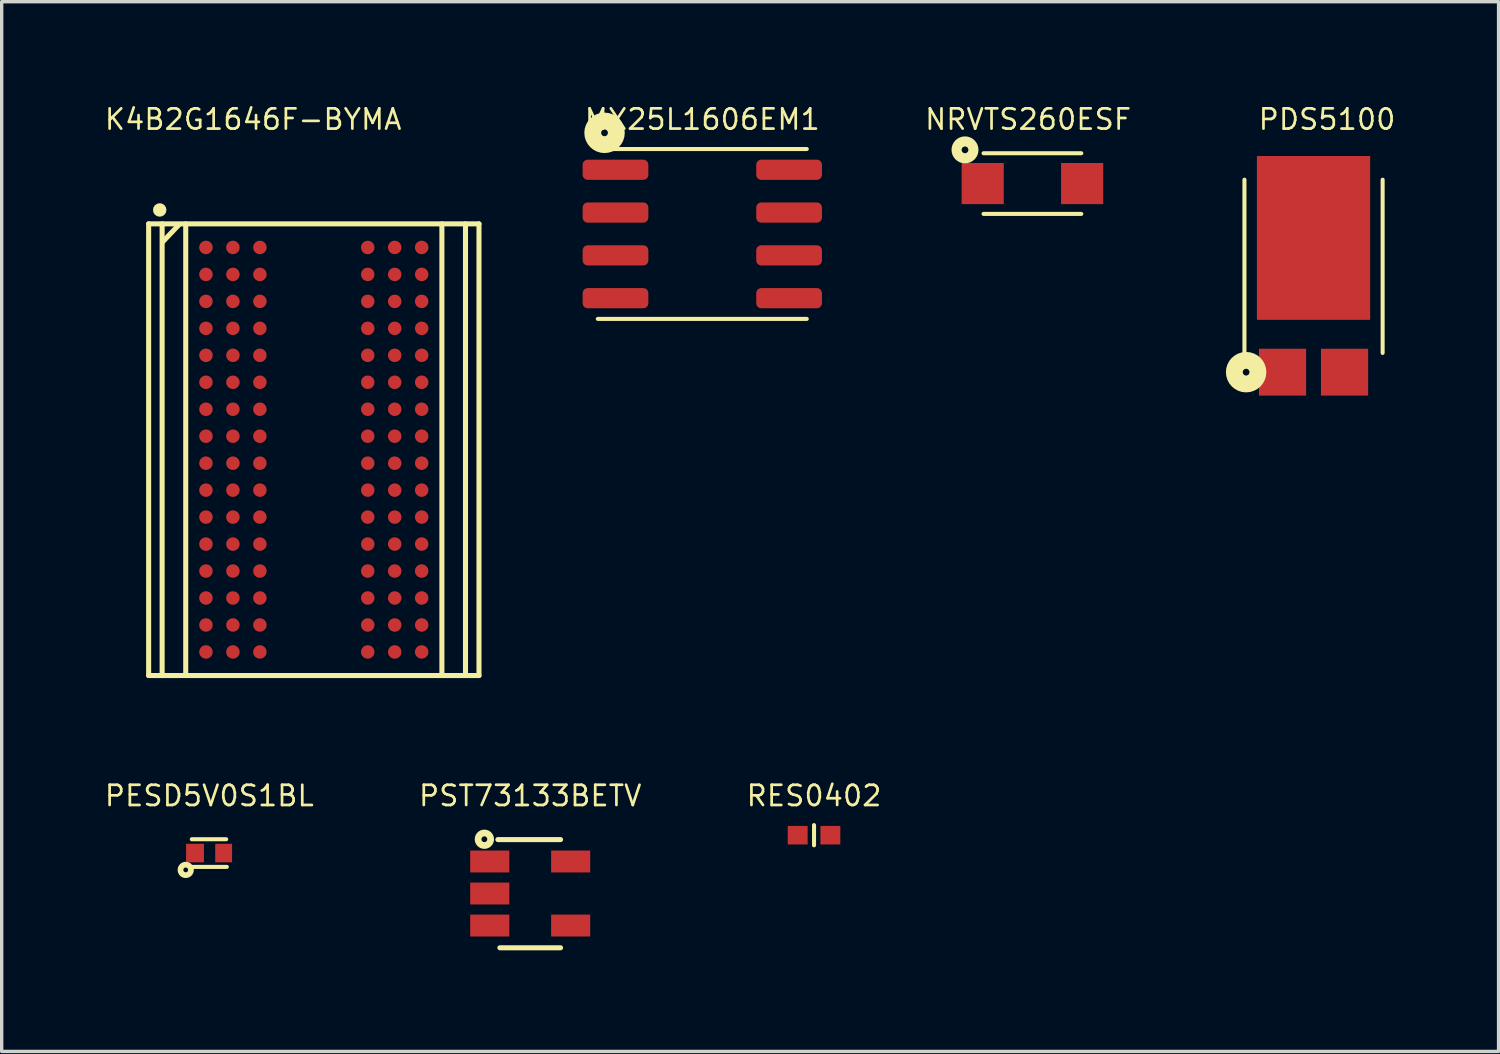
<source format=kicad_pcb>
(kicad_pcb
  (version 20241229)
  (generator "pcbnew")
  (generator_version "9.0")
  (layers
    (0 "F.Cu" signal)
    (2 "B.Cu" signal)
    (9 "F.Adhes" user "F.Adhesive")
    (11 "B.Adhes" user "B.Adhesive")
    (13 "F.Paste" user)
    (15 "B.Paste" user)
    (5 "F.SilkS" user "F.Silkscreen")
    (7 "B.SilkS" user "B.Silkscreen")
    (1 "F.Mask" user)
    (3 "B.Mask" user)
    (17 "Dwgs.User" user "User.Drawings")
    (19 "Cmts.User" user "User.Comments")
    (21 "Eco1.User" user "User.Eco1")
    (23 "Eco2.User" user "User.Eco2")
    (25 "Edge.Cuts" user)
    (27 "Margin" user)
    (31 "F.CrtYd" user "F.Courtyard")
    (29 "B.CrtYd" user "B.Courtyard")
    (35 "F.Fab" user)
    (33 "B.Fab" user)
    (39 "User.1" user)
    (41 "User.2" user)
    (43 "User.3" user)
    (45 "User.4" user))
  (footprint "RES0402"
    (layer "F.Cu")
    (at 21.1 21.728)
    (property "Reference" "RES0402" (at 0 -1.17 0) (layer "F.SilkS") (effects (font (size 0.6 0.6) (thickness 0.08))))
    (attr smd)
    (fp_line (start 0 -0.3) (end 0 0.3) (stroke (width 0.12) (type solid)) (layer "F.SilkS"))
    (pad "1" smd rect (at -0.485 0) (size 0.59 0.55) (layers "F.Cu" "F.Mask" "F.Paste"))
    (pad "2" smd rect (at 0.485 0) (size 0.59 0.55) (layers "F.Cu" "F.Mask" "F.Paste")))
  (footprint "PESD5V0S1BL"
    (layer "F.Cu")
    (at 3.16 22.258)
    (property "Reference" "PESD5V0S1BL" (at 0 -1.7 0) (layer "F.SilkS") (effects (font (size 0.6 0.6) (thickness 0.08))))
    (attr through_hole)
    (fp_line (start -0.52 -0.41) (end 0.5 -0.41) (stroke (width 0.12) (type solid)) (layer "F.SilkS"))
    (fp_line (start 0.52 0.41) (end -0.5 0.41) (stroke (width 0.12) (type solid)) (layer "F.SilkS"))
    (fp_circle (center -0.7 0.5) (end -0.63 0.51) (stroke (width 0.17) (type solid)) (fill no) (layer "F.SilkS"))
    (pad "1" smd rect (at -0.425 0) (size 0.53 0.55) (layers "F.Cu" "F.Mask" "F.Paste"))
    (pad "2" smd rect (at 0.425 0) (size 0.5 0.55) (layers "F.Cu" "F.Mask" "F.Paste")))
  (footprint "K4B2G1646F-BYMA"
    (layer "F.Cu")
    (at 6.26 10.291)
    (property "Reference" "K4B2G1646F-BYMA" (at -1.8 -9.8 0) (layer "F.SilkS") (effects (font (size 0.6 0.6) (thickness 0.08))))
    (attr through_hole)
    (fp_line (start -4.9 -6.7) (end 4.9 -6.7) (stroke (width 0.15) (type solid)) (layer "F.SilkS"))
    (fp_line (start -4.9 6.7) (end -4.9 -6.7) (stroke (width 0.15) (type solid)) (layer "F.SilkS"))
    (fp_line (start -4.5 6.7) (end -4.5 -6.7) (stroke (width 0.15) (type solid)) (layer "F.SilkS"))
    (fp_line (start -4.475 -6.175) (end -4 -6.675) (stroke (width 0.15) (type solid)) (layer "F.SilkS"))
    (fp_line (start -3.8 6.7) (end -3.8 -6.7) (stroke (width 0.15) (type solid)) (layer "F.SilkS"))
    (fp_line (start 3.8 -6.7) (end 3.8 6.7) (stroke (width 0.15) (type solid)) (layer "F.SilkS"))
    (fp_line (start 4.5 -6.7) (end 4.5 6.7) (stroke (width 0.15) (type solid)) (layer "F.SilkS"))
    (fp_line (start 4.9 -6.7) (end 4.9 6.7) (stroke (width 0.15) (type solid)) (layer "F.SilkS"))
    (fp_line (start 4.9 6.7) (end -4.9 6.7) (stroke (width 0.15) (type solid)) (layer "F.SilkS"))
    (fp_circle (center -4.572 -7.112) (end -4.472 -7.112) (stroke (width 0.2) (type solid)) (fill no) (layer "F.SilkS"))
    (pad "A1" smd circle (at -3.2 -6) (size 0.4 0.4) (layers "F.Cu" "F.Mask" "F.Paste"))
    (pad "A2" smd circle (at -2.4 -6) (size 0.4 0.4) (layers "F.Cu" "F.Mask" "F.Paste"))
    (pad "A3" smd circle (at -1.6 -6) (size 0.4 0.4) (layers "F.Cu" "F.Mask" "F.Paste"))
    (pad "A7" smd circle (at 1.6 -6 180) (size 0.4 0.4) (layers "F.Cu" "F.Mask" "F.Paste"))
    (pad "A8" smd circle (at 2.4 -6 180) (size 0.4 0.4) (layers "F.Cu" "F.Mask" "F.Paste"))
    (pad "A9" smd circle (at 3.2 -6 180) (size 0.4 0.4) (layers "F.Cu" "F.Mask" "F.Paste"))
    (pad "B1" smd circle (at -3.2 -5.2) (size 0.4 0.4) (layers "F.Cu" "F.Mask" "F.Paste"))
    (pad "B2" smd circle (at -2.4 -5.2) (size 0.4 0.4) (layers "F.Cu" "F.Mask" "F.Paste"))
    (pad "B3" smd circle (at -1.6 -5.2) (size 0.4 0.4) (layers "F.Cu" "F.Mask" "F.Paste"))
    (pad "B7" smd circle (at 1.6 -5.2 180) (size 0.4 0.4) (layers "F.Cu" "F.Mask" "F.Paste"))
    (pad "B8" smd circle (at 2.4 -5.2 180) (size 0.4 0.4) (layers "F.Cu" "F.Mask" "F.Paste"))
    (pad "B9" smd circle (at 3.2 -5.2 180) (size 0.4 0.4) (layers "F.Cu" "F.Mask" "F.Paste"))
    (pad "C1" smd circle (at -3.2 -4.4) (size 0.4 0.4) (layers "F.Cu" "F.Mask" "F.Paste"))
    (pad "C2" smd circle (at -2.4 -4.4) (size 0.4 0.4) (layers "F.Cu" "F.Mask" "F.Paste"))
    (pad "C3" smd circle (at -1.6 -4.4) (size 0.4 0.4) (layers "F.Cu" "F.Mask" "F.Paste"))
    (pad "C7" smd circle (at 1.6 -4.4 180) (size 0.4 0.4) (layers "F.Cu" "F.Mask" "F.Paste"))
    (pad "C8" smd circle (at 2.4 -4.4 180) (size 0.4 0.4) (layers "F.Cu" "F.Mask" "F.Paste"))
    (pad "C9" smd circle (at 3.2 -4.4 180) (size 0.4 0.4) (layers "F.Cu" "F.Mask" "F.Paste"))
    (pad "D1" smd circle (at -3.2 -3.6) (size 0.4 0.4) (layers "F.Cu" "F.Mask" "F.Paste"))
    (pad "D2" smd circle (at -2.4 -3.6) (size 0.4 0.4) (layers "F.Cu" "F.Mask" "F.Paste"))
    (pad "D3" smd circle (at -1.6 -3.6) (size 0.4 0.4) (layers "F.Cu" "F.Mask" "F.Paste"))
    (pad "D7" smd circle (at 1.6 -3.6 180) (size 0.4 0.4) (layers "F.Cu" "F.Mask" "F.Paste"))
    (pad "D8" smd circle (at 2.4 -3.6 180) (size 0.4 0.4) (layers "F.Cu" "F.Mask" "F.Paste"))
    (pad "D9" smd circle (at 3.2 -3.6 180) (size 0.4 0.4) (layers "F.Cu" "F.Mask" "F.Paste"))
    (pad "E1" smd circle (at -3.2 -2.8) (size 0.4 0.4) (layers "F.Cu" "F.Mask" "F.Paste"))
    (pad "E2" smd circle (at -2.4 -2.8) (size 0.4 0.4) (layers "F.Cu" "F.Mask" "F.Paste"))
    (pad "E3" smd circle (at -1.6 -2.8) (size 0.4 0.4) (layers "F.Cu" "F.Mask" "F.Paste"))
    (pad "E7" smd circle (at 1.6 -2.8 270) (size 0.4 0.4) (layers "F.Cu" "F.Mask" "F.Paste"))
    (pad "E8" smd circle (at 2.4 -2.8 180) (size 0.4 0.4) (layers "F.Cu" "F.Mask" "F.Paste"))
    (pad "E9" smd circle (at 3.2 -2.8 180) (size 0.4 0.4) (layers "F.Cu" "F.Mask" "F.Paste"))
    (pad "F1" smd circle (at -3.2 -2) (size 0.4 0.4) (layers "F.Cu" "F.Mask" "F.Paste"))
    (pad "F2" smd circle (at -2.4 -2) (size 0.4 0.4) (layers "F.Cu" "F.Mask" "F.Paste"))
    (pad "F3" smd circle (at -1.6 -2) (size 0.4 0.4) (layers "F.Cu" "F.Mask" "F.Paste"))
    (pad "F7" smd circle (at 1.6 -2 180) (size 0.4 0.4) (layers "F.Cu" "F.Mask" "F.Paste"))
    (pad "F8" smd circle (at 2.4 -2 180) (size 0.4 0.4) (layers "F.Cu" "F.Mask" "F.Paste"))
    (pad "F9" smd circle (at 3.2 -2 180) (size 0.4 0.4) (layers "F.Cu" "F.Mask" "F.Paste"))
    (pad "G1" smd circle (at -3.2 -1.2) (size 0.4 0.4) (layers "F.Cu" "F.Mask" "F.Paste"))
    (pad "G2" smd circle (at -2.4 -1.2) (size 0.4 0.4) (layers "F.Cu" "F.Mask" "F.Paste"))
    (pad "G3" smd circle (at -1.6 -1.2) (size 0.4 0.4) (layers "F.Cu" "F.Mask" "F.Paste"))
    (pad "G7" smd circle (at 1.6 -1.2 180) (size 0.4 0.4) (layers "F.Cu" "F.Mask" "F.Paste"))
    (pad "G8" smd circle (at 2.4 -1.2 180) (size 0.4 0.4) (layers "F.Cu" "F.Mask" "F.Paste"))
    (pad "G9" smd circle (at 3.2 -1.2 180) (size 0.4 0.4) (layers "F.Cu" "F.Mask" "F.Paste"))
    (pad "H1" smd circle (at -3.2 -0.4) (size 0.4 0.4) (layers "F.Cu" "F.Mask" "F.Paste"))
    (pad "H2" smd circle (at -2.4 -0.4) (size 0.4 0.4) (layers "F.Cu" "F.Mask" "F.Paste"))
    (pad "H3" smd circle (at -1.6 -0.4) (size 0.4 0.4) (layers "F.Cu" "F.Mask" "F.Paste"))
    (pad "H7" smd circle (at 1.6 -0.4 180) (size 0.4 0.4) (layers "F.Cu" "F.Mask" "F.Paste"))
    (pad "H8" smd circle (at 2.4 -0.4 180) (size 0.4 0.4) (layers "F.Cu" "F.Mask" "F.Paste"))
    (pad "H9" smd circle (at 3.2 -0.4 180) (size 0.4 0.4) (layers "F.Cu" "F.Mask" "F.Paste"))
    (pad "J1" smd circle (at -3.2 0.4) (size 0.4 0.4) (layers "F.Cu" "F.Mask" "F.Paste"))
    (pad "J2" smd circle (at -2.4 0.4) (size 0.4 0.4) (layers "F.Cu" "F.Mask" "F.Paste"))
    (pad "J3" smd circle (at -1.6 0.4) (size 0.4 0.4) (layers "F.Cu" "F.Mask" "F.Paste"))
    (pad "J7" smd circle (at 1.6 0.4 180) (size 0.4 0.4) (layers "F.Cu" "F.Mask" "F.Paste"))
    (pad "J8" smd circle (at 2.4 0.4 180) (size 0.4 0.4) (layers "F.Cu" "F.Mask" "F.Paste"))
    (pad "J9" smd circle (at 3.2 0.4 180) (size 0.4 0.4) (layers "F.Cu" "F.Mask" "F.Paste"))
    (pad "K1" smd circle (at -3.2 1.2) (size 0.4 0.4) (layers "F.Cu" "F.Mask" "F.Paste"))
    (pad "K2" smd circle (at -2.4 1.2) (size 0.4 0.4) (layers "F.Cu" "F.Mask" "F.Paste"))
    (pad "K3" smd circle (at -1.6 1.2) (size 0.4 0.4) (layers "F.Cu" "F.Mask" "F.Paste"))
    (pad "K7" smd circle (at 1.6 1.2 180) (size 0.4 0.4) (layers "F.Cu" "F.Mask" "F.Paste"))
    (pad "K8" smd circle (at 2.4 1.2 180) (size 0.4 0.4) (layers "F.Cu" "F.Mask" "F.Paste"))
    (pad "K9" smd circle (at 3.2 1.2 180) (size 0.4 0.4) (layers "F.Cu" "F.Mask" "F.Paste"))
    (pad "L1" smd circle (at -3.2 2) (size 0.4 0.4) (layers "F.Cu" "F.Mask" "F.Paste"))
    (pad "L2" smd circle (at -2.4 2) (size 0.4 0.4) (layers "F.Cu" "F.Mask" "F.Paste"))
    (pad "L3" smd circle (at -1.6 2) (size 0.4 0.4) (layers "F.Cu" "F.Mask" "F.Paste"))
    (pad "L7" smd circle (at 1.6 2 180) (size 0.4 0.4) (layers "F.Cu" "F.Mask" "F.Paste"))
    (pad "L8" smd circle (at 2.4 2 180) (size 0.4 0.4) (layers "F.Cu" "F.Mask" "F.Paste"))
    (pad "L9" smd circle (at 3.2 2 180) (size 0.4 0.4) (layers "F.Cu" "F.Mask" "F.Paste"))
    (pad "M1" smd circle (at -3.2 2.8) (size 0.4 0.4) (layers "F.Cu" "F.Mask" "F.Paste"))
    (pad "M2" smd circle (at -2.4 2.8) (size 0.4 0.4) (layers "F.Cu" "F.Mask" "F.Paste"))
    (pad "M3" smd circle (at -1.6 2.8) (size 0.4 0.4) (layers "F.Cu" "F.Mask" "F.Paste"))
    (pad "M7" smd circle (at 1.6 2.8 180) (size 0.4 0.4) (layers "F.Cu" "F.Mask" "F.Paste"))
    (pad "M8" smd circle (at 2.4 2.8 180) (size 0.4 0.4) (layers "F.Cu" "F.Mask" "F.Paste"))
    (pad "M9" smd circle (at 3.2 2.8 270) (size 0.4 0.4) (layers "F.Cu" "F.Mask" "F.Paste"))
    (pad "N1" smd circle (at -3.2 3.6) (size 0.4 0.4) (layers "F.Cu" "F.Mask" "F.Paste"))
    (pad "N2" smd circle (at -2.4 3.6) (size 0.4 0.4) (layers "F.Cu" "F.Mask" "F.Paste"))
    (pad "N3" smd circle (at -1.6 3.6) (size 0.4 0.4) (layers "F.Cu" "F.Mask" "F.Paste"))
    (pad "N7" smd circle (at 1.6 3.6 180) (size 0.4 0.4) (layers "F.Cu" "F.Mask" "F.Paste"))
    (pad "N8" smd circle (at 2.4 3.6 180) (size 0.4 0.4) (layers "F.Cu" "F.Mask" "F.Paste"))
    (pad "N9" smd circle (at 3.2 3.6 180) (size 0.4 0.4) (layers "F.Cu" "F.Mask" "F.Paste"))
    (pad "P1" smd circle (at -3.2 4.4) (size 0.4 0.4) (layers "F.Cu" "F.Mask" "F.Paste"))
    (pad "P2" smd circle (at -2.4 4.4) (size 0.4 0.4) (layers "F.Cu" "F.Mask" "F.Paste"))
    (pad "P3" smd circle (at -1.6 4.4) (size 0.4 0.4) (layers "F.Cu" "F.Mask" "F.Paste"))
    (pad "P7" smd circle (at 1.6 4.4 180) (size 0.4 0.4) (layers "F.Cu" "F.Mask" "F.Paste"))
    (pad "P8" smd circle (at 2.4 4.4 180) (size 0.4 0.4) (layers "F.Cu" "F.Mask" "F.Paste"))
    (pad "P9" smd circle (at 3.2 4.4 180) (size 0.4 0.4) (layers "F.Cu" "F.Mask" "F.Paste"))
    (pad "R1" smd circle (at -3.2 5.2) (size 0.4 0.4) (layers "F.Cu" "F.Mask" "F.Paste"))
    (pad "R2" smd circle (at -2.4 5.2 90) (size 0.4 0.4) (layers "F.Cu" "F.Mask" "F.Paste"))
    (pad "R3" smd circle (at -1.6 5.2) (size 0.4 0.4) (layers "F.Cu" "F.Mask" "F.Paste"))
    (pad "R7" smd circle (at 1.6 5.2 180) (size 0.4 0.4) (layers "F.Cu" "F.Mask" "F.Paste"))
    (pad "R8" smd circle (at 2.4 5.2 180) (size 0.4 0.4) (layers "F.Cu" "F.Mask" "F.Paste"))
    (pad "R9" smd circle (at 3.2 5.2 180) (size 0.4 0.4) (layers "F.Cu" "F.Mask" "F.Paste"))
    (pad "T1" smd circle (at -3.2 6) (size 0.4 0.4) (layers "F.Cu" "F.Mask" "F.Paste"))
    (pad "T2" smd circle (at -2.4 6) (size 0.4 0.4) (layers "F.Cu" "F.Mask" "F.Paste"))
    (pad "T3" smd circle (at -1.6 6) (size 0.4 0.4) (layers "F.Cu" "F.Mask" "F.Paste"))
    (pad "T7" smd circle (at 1.6 6 180) (size 0.4 0.4) (layers "F.Cu" "F.Mask" "F.Paste"))
    (pad "T8" smd circle (at 2.4 6 180) (size 0.4 0.4) (layers "F.Cu" "F.Mask" "F.Paste"))
    (pad "T9" smd circle (at 3.2 6 180) (size 0.4 0.4) (layers "F.Cu" "F.Mask" "F.Paste")))
  (footprint "MX25L1606EM1"
    (layer "F.Cu")
    (at 17.785 3.891)
    (property "Reference" "MX25L1606EM1" (at 0 -3.4 0) (layer "F.SilkS") (effects (font (size 0.6 0.6) (thickness 0.08))))
    (attr smd)
    (fp_line (start -3.1 2.52) (end 3.1 2.52) (stroke (width 0.12) (type solid)) (layer "F.SilkS"))
    (fp_line (start 3.1 -2.52) (end -3.1 -2.52) (stroke (width 0.12) (type solid)) (layer "F.SilkS"))
    (fp_circle (center -2.9 -3) (end -2.8 -3) (stroke (width 0.5) (type solid)) (fill no) (layer "F.SilkS"))
    (pad "1" smd roundrect (at -2.575 -1.905) (size 1.95 0.6) (layers "F.Cu" "F.Mask" "F.Paste") (roundrect_rratio 0.25))
    (pad "2" smd roundrect (at -2.575 -0.635) (size 1.95 0.6) (layers "F.Cu" "F.Mask" "F.Paste") (roundrect_rratio 0.25))
    (pad "3" smd roundrect (at -2.575 0.635) (size 1.95 0.6) (layers "F.Cu" "F.Mask" "F.Paste") (roundrect_rratio 0.25))
    (pad "4" smd roundrect (at -2.575 1.905) (size 1.95 0.6) (layers "F.Cu" "F.Mask" "F.Paste") (roundrect_rratio 0.25))
    (pad "5" smd roundrect (at 2.575 1.905) (size 1.95 0.6) (layers "F.Cu" "F.Mask" "F.Paste") (roundrect_rratio 0.25))
    (pad "6" smd roundrect (at 2.575 0.635) (size 1.95 0.6) (layers "F.Cu" "F.Mask" "F.Paste") (roundrect_rratio 0.25))
    (pad "7" smd roundrect (at 2.575 -0.635) (size 1.95 0.6) (layers "F.Cu" "F.Mask" "F.Paste") (roundrect_rratio 0.25))
    (pad "8" smd roundrect (at 2.575 -1.905) (size 1.95 0.6) (layers "F.Cu" "F.Mask" "F.Paste") (roundrect_rratio 0.25)))
  (footprint "NRVTS260ESF"
    (layer "F.Cu")
    (at 27.579 2.396)
    (property "Reference" "NRVTS260ESF" (at -0.127 -1.905 0) (layer "F.SilkS") (effects (font (size 0.6 0.6) (thickness 0.08))))
    (attr smd)
    (fp_line (start -1.45 -0.9) (end 1.45 -0.9) (stroke (width 0.12) (type solid)) (layer "F.SilkS"))
    (fp_line (start 1.45 0.9) (end -1.45 0.9) (stroke (width 0.12) (type solid)) (layer "F.SilkS"))
    (fp_circle (center -2 -1) (end -1.9 -1) (stroke (width 0.3) (type solid)) (fill no) (layer "F.SilkS"))
    (pad "1" smd rect (at -1.475 0) (size 1.25 1.22) (layers "F.Cu" "F.Mask" "F.Paste"))
    (pad "2" smd rect (at 1.475 0) (size 1.25 1.22) (layers "F.Cu" "F.Mask" "F.Paste")))
  (footprint "PST73133BETV"
    (layer "F.Cu")
    (at 12.68 23.458)
    (property "Reference" "PST73133BETV" (at 0 -2.9 0) (layer "F.SilkS") (effects (font (size 0.6 0.6) (thickness 0.08))))
    (attr smd)
    (fp_line (start -0.9 1.61) (end 0.9 1.61) (stroke (width 0.15) (type solid)) (layer "F.SilkS"))
    (fp_line (start 0.9 -1.6) (end -0.96 -1.6) (stroke (width 0.15) (type solid)) (layer "F.SilkS"))
    (fp_circle (center -1.36 -1.61) (end -1.274 -1.61) (stroke (width 0.2) (type solid)) (fill no) (layer "F.SilkS"))
    (pad "1" smd rect (at -1.2 -0.95) (size 1.16 0.65) (layers "F.Cu" "F.Mask" "F.Paste"))
    (pad "2" smd rect (at -1.2 0) (size 1.16 0.65) (layers "F.Cu" "F.Mask" "F.Paste"))
    (pad "3" smd rect (at -1.2 0.95) (size 1.16 0.65) (layers "F.Cu" "F.Mask" "F.Paste"))
    (pad "4" smd rect (at 1.2 0.95) (size 1.16 0.65) (layers "F.Cu" "F.Mask" "F.Paste"))
    (pad "5" smd rect (at 1.2 -0.95) (size 1.16 0.65) (layers "F.Cu" "F.Mask" "F.Paste")))
  (footprint "PDS5100"
    (layer "F.Cu")
    (at 35.919 7.991)
    (property "Reference" "PDS5100" (at 0.4 -7.5 0) (layer "F.SilkS") (effects (font (size 0.6 0.6) (thickness 0.08))))
    (attr through_hole)
    (fp_line (start -2.05 -5.71) (end -2.05 -0.57) (stroke (width 0.12) (type solid)) (layer "F.SilkS"))
    (fp_line (start 2.05 -5.71) (end 2.05 -0.57) (stroke (width 0.12) (type solid)) (layer "F.SilkS"))
    (fp_circle (center -2 0) (end -1.9 0) (stroke (width 0.5) (type solid)) (fill no) (layer "F.SilkS"))
    (pad "1" smd rect (at -0.92 0 90) (size 1.39 1.4) (layers "F.Cu" "F.Mask" "F.Paste"))
    (pad "2" smd rect (at 0.92 0 90) (size 1.39 1.4) (layers "F.Cu" "F.Mask" "F.Paste"))
    (pad "3" smd rect (at 0 -3.982) (size 3.36 4.86) (layers "F.Cu" "F.Mask" "F.Paste")))
  (gr_rect
    (start -3 -3)
    (end 41.408 28.143)
    (stroke (width 0.1) (type default))
    (fill no)
    (layer "Edge.Cuts")))
</source>
